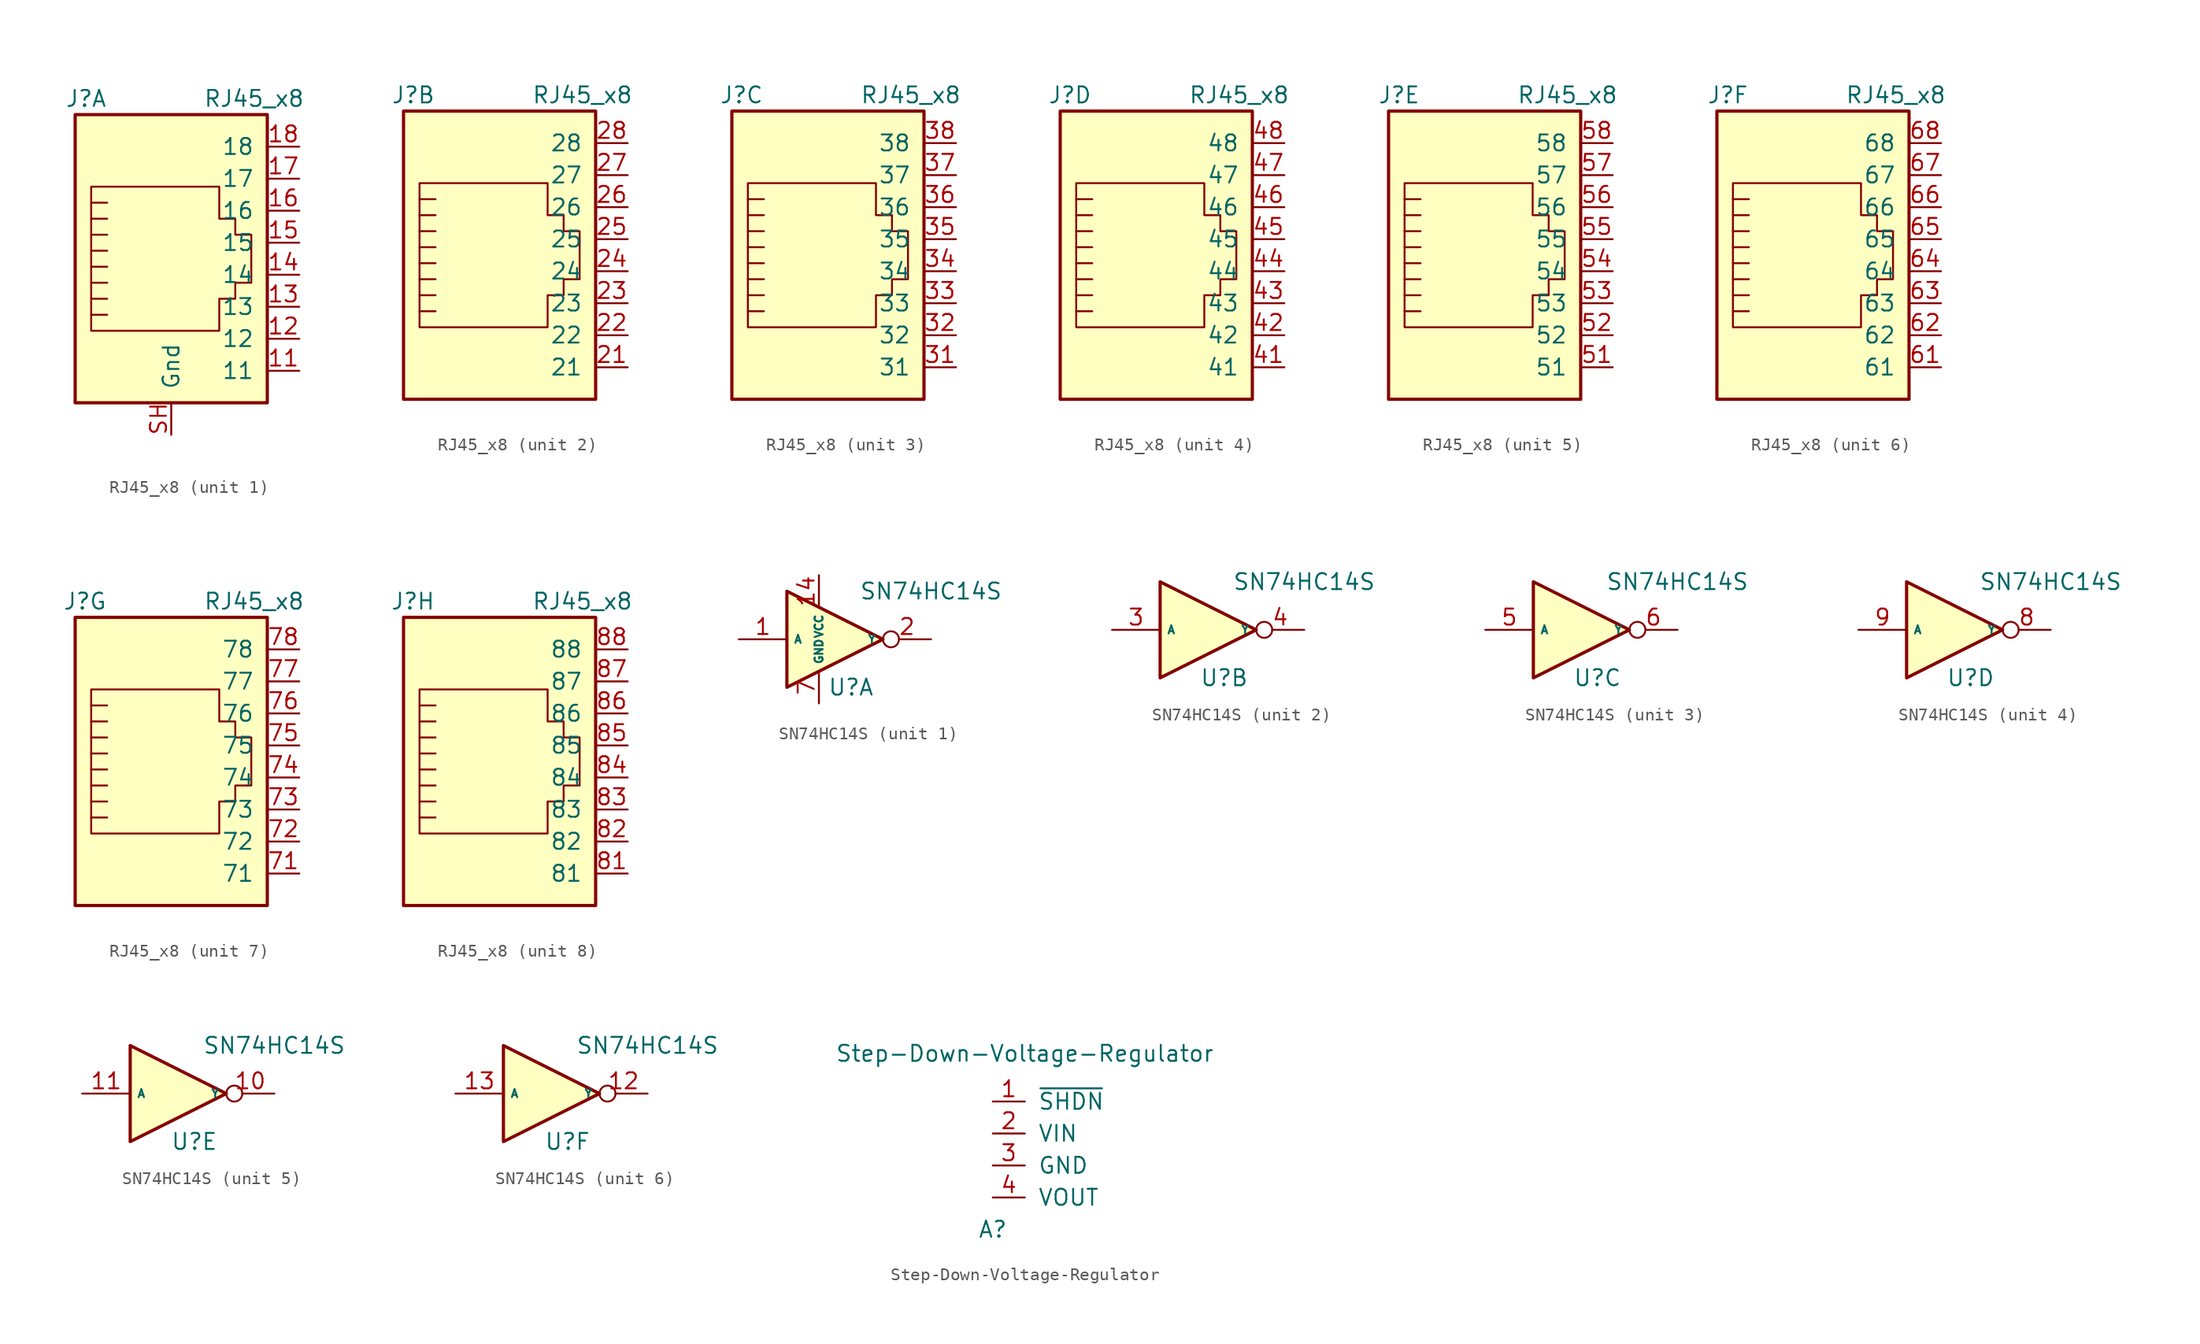
<source format=kicad_sym>
(kicad_symbol_lib
  (version 20220914)
  (generator kicad_symbol_editor)
  (symbol "RJ45_x8"
    (pin_names
      (offset 1.016))
    (property "Reference" "J"
      (at -5.08 13.97 0)
      (effects (font (size 1.27 1.27)) (justify right)))
    (property "Value" "RJ45_x8"
      (at 2.54 13.97 0)
      (effects (font (size 1.27 1.27)) (justify left)))
    (symbol "RJ45_x8_0_1"
      (polyline (pts (xy -5.08 4.445) (xy -6.35 4.445)) (stroke (width 0) (type solid)) (fill (type none)))
      (polyline (pts (xy -5.08 5.715) (xy -6.35 5.715)) (stroke (width 0) (type solid)) (fill (type none)))
      (polyline (pts (xy -6.35 -3.175) (xy -5.08 -3.175) (xy -5.08 -3.175)) (stroke (width 0) (type solid)) (fill (type none)))
      (polyline (pts (xy -6.35 -1.905) (xy -5.08 -1.905) (xy -5.08 -1.905)) (stroke (width 0) (type solid)) (fill (type none)))
      (polyline (pts (xy -6.35 -0.635) (xy -5.08 -0.635) (xy -5.08 -0.635)) (stroke (width 0) (type solid)) (fill (type none)))
      (polyline (pts (xy -6.35 0.635) (xy -5.08 0.635) (xy -5.08 0.635)) (stroke (width 0) (type solid)) (fill (type none)))
      (polyline (pts (xy -6.35 1.905) (xy -5.08 1.905) (xy -5.08 1.905)) (stroke (width 0) (type solid)) (fill (type none)))
      (polyline (pts (xy -5.08 3.175) (xy -6.35 3.175) (xy -6.35 3.175)) (stroke (width 0) (type solid)) (fill (type none)))
      (polyline (pts (xy -6.35 -4.445) (xy -6.35 6.985) (xy 3.81 6.985) (xy 3.81 4.445) (xy 5.08 4.445) (xy 5.08 3.175) (xy 6.35 3.175) (xy 6.35 -0.635) (xy 5.08 -0.635) (xy 5.08 -1.905) (xy 3.81 -1.905) (xy 3.81 -4.445) (xy -6.35 -4.445) (xy -6.35 -4.445)) (stroke (width 0) (type solid)) (fill (type none)))
      (rectangle (start 7.62 12.7) (end -7.62 -10.16) (stroke (width 0.254) (type solid)) (fill (type background))))
    (symbol "RJ45_x8_1_1"
      (pin passive line (at 10.16 -7.62 180) (length 2.54) (name "11" (effects (font (size 1.27 1.27)))) (number "11" (effects (font (size 1.27 1.27)))))
      (pin passive line (at 10.16 -5.08 180) (length 2.54) (name "12" (effects (font (size 1.27 1.27)))) (number "12" (effects (font (size 1.27 1.27)))))
      (pin passive line (at 10.16 -2.54 180) (length 2.54) (name "13" (effects (font (size 1.27 1.27)))) (number "13" (effects (font (size 1.27 1.27)))))
      (pin passive line (at 10.16 0 180) (length 2.54) (name "14" (effects (font (size 1.27 1.27)))) (number "14" (effects (font (size 1.27 1.27)))))
      (pin passive line (at 10.16 2.54 180) (length 2.54) (name "15" (effects (font (size 1.27 1.27)))) (number "15" (effects (font (size 1.27 1.27)))))
      (pin passive line (at 10.16 5.08 180) (length 2.54) (name "16" (effects (font (size 1.27 1.27)))) (number "16" (effects (font (size 1.27 1.27)))))
      (pin passive line (at 10.16 7.62 180) (length 2.54) (name "17" (effects (font (size 1.27 1.27)))) (number "17" (effects (font (size 1.27 1.27)))))
      (pin passive line (at 10.16 10.16 180) (length 2.54) (name "18" (effects (font (size 1.27 1.27)))) (number "18" (effects (font (size 1.27 1.27)))))
      (pin input line (at 0 -12.7 90) (length 2.54) (name "Gnd" (effects (font (size 1.27 1.27)))) (number "SH" (effects (font (size 1.27 1.27))))))
    (symbol "RJ45_x8_2_1"
      (pin passive line (at 10.16 -7.62 180) (length 2.54) (name "21" (effects (font (size 1.27 1.27)))) (number "21" (effects (font (size 1.27 1.27)))))
      (pin passive line (at 10.16 -5.08 180) (length 2.54) (name "22" (effects (font (size 1.27 1.27)))) (number "22" (effects (font (size 1.27 1.27)))))
      (pin passive line (at 10.16 -2.54 180) (length 2.54) (name "23" (effects (font (size 1.27 1.27)))) (number "23" (effects (font (size 1.27 1.27)))))
      (pin passive line (at 10.16 0 180) (length 2.54) (name "24" (effects (font (size 1.27 1.27)))) (number "24" (effects (font (size 1.27 1.27)))))
      (pin passive line (at 10.16 2.54 180) (length 2.54) (name "25" (effects (font (size 1.27 1.27)))) (number "25" (effects (font (size 1.27 1.27)))))
      (pin passive line (at 10.16 5.08 180) (length 2.54) (name "26" (effects (font (size 1.27 1.27)))) (number "26" (effects (font (size 1.27 1.27)))))
      (pin passive line (at 10.16 7.62 180) (length 2.54) (name "27" (effects (font (size 1.27 1.27)))) (number "27" (effects (font (size 1.27 1.27)))))
      (pin passive line (at 10.16 10.16 180) (length 2.54) (name "28" (effects (font (size 1.27 1.27)))) (number "28" (effects (font (size 1.27 1.27))))))
    (symbol "RJ45_x8_3_1"
      (pin passive line (at 10.16 -7.62 180) (length 2.54) (name "31" (effects (font (size 1.27 1.27)))) (number "31" (effects (font (size 1.27 1.27)))))
      (pin passive line (at 10.16 -5.08 180) (length 2.54) (name "32" (effects (font (size 1.27 1.27)))) (number "32" (effects (font (size 1.27 1.27)))))
      (pin passive line (at 10.16 -2.54 180) (length 2.54) (name "33" (effects (font (size 1.27 1.27)))) (number "33" (effects (font (size 1.27 1.27)))))
      (pin passive line (at 10.16 0 180) (length 2.54) (name "34" (effects (font (size 1.27 1.27)))) (number "34" (effects (font (size 1.27 1.27)))))
      (pin passive line (at 10.16 2.54 180) (length 2.54) (name "35" (effects (font (size 1.27 1.27)))) (number "35" (effects (font (size 1.27 1.27)))))
      (pin passive line (at 10.16 5.08 180) (length 2.54) (name "36" (effects (font (size 1.27 1.27)))) (number "36" (effects (font (size 1.27 1.27)))))
      (pin passive line (at 10.16 7.62 180) (length 2.54) (name "37" (effects (font (size 1.27 1.27)))) (number "37" (effects (font (size 1.27 1.27)))))
      (pin passive line (at 10.16 10.16 180) (length 2.54) (name "38" (effects (font (size 1.27 1.27)))) (number "38" (effects (font (size 1.27 1.27))))))
    (symbol "RJ45_x8_4_1"
      (pin passive line (at 10.16 -7.62 180) (length 2.54) (name "41" (effects (font (size 1.27 1.27)))) (number "41" (effects (font (size 1.27 1.27)))))
      (pin passive line (at 10.16 -5.08 180) (length 2.54) (name "42" (effects (font (size 1.27 1.27)))) (number "42" (effects (font (size 1.27 1.27)))))
      (pin passive line (at 10.16 -2.54 180) (length 2.54) (name "43" (effects (font (size 1.27 1.27)))) (number "43" (effects (font (size 1.27 1.27)))))
      (pin passive line (at 10.16 0 180) (length 2.54) (name "44" (effects (font (size 1.27 1.27)))) (number "44" (effects (font (size 1.27 1.27)))))
      (pin passive line (at 10.16 2.54 180) (length 2.54) (name "45" (effects (font (size 1.27 1.27)))) (number "45" (effects (font (size 1.27 1.27)))))
      (pin passive line (at 10.16 5.08 180) (length 2.54) (name "46" (effects (font (size 1.27 1.27)))) (number "46" (effects (font (size 1.27 1.27)))))
      (pin passive line (at 10.16 7.62 180) (length 2.54) (name "47" (effects (font (size 1.27 1.27)))) (number "47" (effects (font (size 1.27 1.27)))))
      (pin passive line (at 10.16 10.16 180) (length 2.54) (name "48" (effects (font (size 1.27 1.27)))) (number "48" (effects (font (size 1.27 1.27))))))
    (symbol "RJ45_x8_5_1"
      (pin passive line (at 10.16 -7.62 180) (length 2.54) (name "51" (effects (font (size 1.27 1.27)))) (number "51" (effects (font (size 1.27 1.27)))))
      (pin passive line (at 10.16 -5.08 180) (length 2.54) (name "52" (effects (font (size 1.27 1.27)))) (number "52" (effects (font (size 1.27 1.27)))))
      (pin passive line (at 10.16 -2.54 180) (length 2.54) (name "53" (effects (font (size 1.27 1.27)))) (number "53" (effects (font (size 1.27 1.27)))))
      (pin passive line (at 10.16 0 180) (length 2.54) (name "54" (effects (font (size 1.27 1.27)))) (number "54" (effects (font (size 1.27 1.27)))))
      (pin passive line (at 10.16 2.54 180) (length 2.54) (name "55" (effects (font (size 1.27 1.27)))) (number "55" (effects (font (size 1.27 1.27)))))
      (pin passive line (at 10.16 5.08 180) (length 2.54) (name "56" (effects (font (size 1.27 1.27)))) (number "56" (effects (font (size 1.27 1.27)))))
      (pin passive line (at 10.16 7.62 180) (length 2.54) (name "57" (effects (font (size 1.27 1.27)))) (number "57" (effects (font (size 1.27 1.27)))))
      (pin passive line (at 10.16 10.16 180) (length 2.54) (name "58" (effects (font (size 1.27 1.27)))) (number "58" (effects (font (size 1.27 1.27))))))
    (symbol "RJ45_x8_6_1"
      (pin passive line (at 10.16 -7.62 180) (length 2.54) (name "61" (effects (font (size 1.27 1.27)))) (number "61" (effects (font (size 1.27 1.27)))))
      (pin passive line (at 10.16 -5.08 180) (length 2.54) (name "62" (effects (font (size 1.27 1.27)))) (number "62" (effects (font (size 1.27 1.27)))))
      (pin passive line (at 10.16 -2.54 180) (length 2.54) (name "63" (effects (font (size 1.27 1.27)))) (number "63" (effects (font (size 1.27 1.27)))))
      (pin passive line (at 10.16 0 180) (length 2.54) (name "64" (effects (font (size 1.27 1.27)))) (number "64" (effects (font (size 1.27 1.27)))))
      (pin passive line (at 10.16 2.54 180) (length 2.54) (name "65" (effects (font (size 1.27 1.27)))) (number "65" (effects (font (size 1.27 1.27)))))
      (pin passive line (at 10.16 5.08 180) (length 2.54) (name "66" (effects (font (size 1.27 1.27)))) (number "66" (effects (font (size 1.27 1.27)))))
      (pin passive line (at 10.16 7.62 180) (length 2.54) (name "67" (effects (font (size 1.27 1.27)))) (number "67" (effects (font (size 1.27 1.27)))))
      (pin passive line (at 10.16 10.16 180) (length 2.54) (name "68" (effects (font (size 1.27 1.27)))) (number "68" (effects (font (size 1.27 1.27))))))
    (symbol "RJ45_x8_7_1"
      (pin passive line (at 10.16 -7.62 180) (length 2.54) (name "71" (effects (font (size 1.27 1.27)))) (number "71" (effects (font (size 1.27 1.27)))))
      (pin passive line (at 10.16 -5.08 180) (length 2.54) (name "72" (effects (font (size 1.27 1.27)))) (number "72" (effects (font (size 1.27 1.27)))))
      (pin passive line (at 10.16 -2.54 180) (length 2.54) (name "73" (effects (font (size 1.27 1.27)))) (number "73" (effects (font (size 1.27 1.27)))))
      (pin passive line (at 10.16 0 180) (length 2.54) (name "74" (effects (font (size 1.27 1.27)))) (number "74" (effects (font (size 1.27 1.27)))))
      (pin passive line (at 10.16 2.54 180) (length 2.54) (name "75" (effects (font (size 1.27 1.27)))) (number "75" (effects (font (size 1.27 1.27)))))
      (pin passive line (at 10.16 5.08 180) (length 2.54) (name "76" (effects (font (size 1.27 1.27)))) (number "76" (effects (font (size 1.27 1.27)))))
      (pin passive line (at 10.16 7.62 180) (length 2.54) (name "77" (effects (font (size 1.27 1.27)))) (number "77" (effects (font (size 1.27 1.27)))))
      (pin passive line (at 10.16 10.16 180) (length 2.54) (name "78" (effects (font (size 1.27 1.27)))) (number "78" (effects (font (size 1.27 1.27))))))
    (symbol "RJ45_x8_8_1"
      (pin passive line (at 10.16 -7.62 180) (length 2.54) (name "81" (effects (font (size 1.27 1.27)))) (number "81" (effects (font (size 1.27 1.27)))))
      (pin passive line (at 10.16 -5.08 180) (length 2.54) (name "82" (effects (font (size 1.27 1.27)))) (number "82" (effects (font (size 1.27 1.27)))))
      (pin passive line (at 10.16 -2.54 180) (length 2.54) (name "83" (effects (font (size 1.27 1.27)))) (number "83" (effects (font (size 1.27 1.27)))))
      (pin passive line (at 10.16 0 180) (length 2.54) (name "84" (effects (font (size 1.27 1.27)))) (number "84" (effects (font (size 1.27 1.27)))))
      (pin passive line (at 10.16 2.54 180) (length 2.54) (name "85" (effects (font (size 1.27 1.27)))) (number "85" (effects (font (size 1.27 1.27)))))
      (pin passive line (at 10.16 5.08 180) (length 2.54) (name "86" (effects (font (size 1.27 1.27)))) (number "86" (effects (font (size 1.27 1.27)))))
      (pin passive line (at 10.16 7.62 180) (length 2.54) (name "87" (effects (font (size 1.27 1.27)))) (number "87" (effects (font (size 1.27 1.27)))))
      (pin passive line (at 10.16 10.16 180) (length 2.54) (name "88" (effects (font (size 1.27 1.27)))) (number "88" (effects (font (size 1.27 1.27)))))))
  (symbol "SN74HC14S"
    (property "Reference" "U"
      (at 1.27 -3.81 0)
      (effects (font (size 1.27 1.27))))
    (property "Value" "SN74HC14S"
      (at 7.62 3.81 0)
      (effects (font (size 1.27 1.27))))
    (property "ki_locked" ""
      (at 0 0 0)
      (effects (font (size 1.27 1.27))))
    (symbol "SN74HC14S_1_0"
      (polyline (pts (xy -3.81 3.81) (xy -3.81 -3.81) (xy 3.81 0) (xy -3.81 3.81)) (stroke (width 0.254) (type solid)) (fill (type background)))
      (pin input line (at -7.62 0 0) (length 3.81) (name "A" (effects (font (size 0.635 0.635)))) (number "1" (effects (font (size 1.27 1.27)))))
      (pin output inverted (at 7.62 0 180) (length 3.81) (name "Y" (effects (font (size 0.635 0.635)))) (number "2" (effects (font (size 1.27 1.27))))))
    (symbol "SN74HC14S_1_1"
      (pin power_in line (at -1.27 5.08 270) (length 2.54) (name "VCC" (effects (font (size 0.635 0.635)))) (number "14" (effects (font (size 1.27 1.27)))))
      (pin power_in line (at -1.27 -5.08 90) (length 2.54) (name "GND" (effects (font (size 0.635 0.635)))) (number "7" (effects (font (size 1.27 1.27))))))
    (symbol "SN74HC14S_2_0"
      (polyline (pts (xy -3.81 3.81) (xy -3.81 -3.81) (xy 3.81 0) (xy -3.81 3.81)) (stroke (width 0.254) (type solid)) (fill (type background)))
      (pin input line (at -7.62 0 0) (length 3.81) (name "A" (effects (font (size 0.635 0.635)))) (number "3" (effects (font (size 1.27 1.27)))))
      (pin output inverted (at 7.62 0 180) (length 3.81) (name "Y" (effects (font (size 0.635 0.635)))) (number "4" (effects (font (size 1.27 1.27))))))
    (symbol "SN74HC14S_3_0"
      (polyline (pts (xy -3.81 3.81) (xy -3.81 -3.81) (xy 3.81 0) (xy -3.81 3.81)) (stroke (width 0.254) (type solid)) (fill (type background)))
      (pin input line (at -7.62 0 0) (length 3.81) (name "A" (effects (font (size 0.635 0.635)))) (number "5" (effects (font (size 1.27 1.27)))))
      (pin output inverted (at 7.62 0 180) (length 3.81) (name "Y" (effects (font (size 0.635 0.635)))) (number "6" (effects (font (size 1.27 1.27))))))
    (symbol "SN74HC14S_4_0"
      (polyline (pts (xy -3.81 3.81) (xy -3.81 -3.81) (xy 3.81 0) (xy -3.81 3.81)) (stroke (width 0.254) (type solid)) (fill (type background)))
      (pin output inverted (at 7.62 0 180) (length 3.81) (name "Y" (effects (font (size 0.635 0.635)))) (number "8" (effects (font (size 1.27 1.27)))))
      (pin input line (at -7.62 0 0) (length 3.81) (name "A" (effects (font (size 0.635 0.635)))) (number "9" (effects (font (size 1.27 1.27))))))
    (symbol "SN74HC14S_5_0"
      (polyline (pts (xy -3.81 3.81) (xy -3.81 -3.81) (xy 3.81 0) (xy -3.81 3.81)) (stroke (width 0.254) (type solid)) (fill (type background)))
      (pin output inverted (at 7.62 0 180) (length 3.81) (name "Y" (effects (font (size 0.635 0.635)))) (number "10" (effects (font (size 1.27 1.27)))))
      (pin input line (at -7.62 0 0) (length 3.81) (name "A" (effects (font (size 0.635 0.635)))) (number "11" (effects (font (size 1.27 1.27))))))
    (symbol "SN74HC14S_6_0"
      (polyline (pts (xy -3.81 3.81) (xy -3.81 -3.81) (xy 3.81 0) (xy -3.81 3.81)) (stroke (width 0.254) (type solid)) (fill (type background)))
      (pin output inverted (at 7.62 0 180) (length 3.81) (name "Y" (effects (font (size 0.635 0.635)))) (number "12" (effects (font (size 1.27 1.27)))))
      (pin input line (at -7.62 0 0) (length 3.81) (name "A" (effects (font (size 0.635 0.635)))) (number "13" (effects (font (size 1.27 1.27)))))))
  (symbol "Step-Down-Voltage-Regulator"
    (pin_names
      (offset 1.016))
    (property "Reference" "A"
      (at 0 -10.16 0)
      (effects (font (size 1.27 1.27))))
    (property "Value" "Step-Down-Voltage-Regulator"
      (at 2.54 3.81 0)
      (effects (font (size 1.27 1.27))))
    (symbol "Step-Down-Voltage-Regulator_1_1"
      (pin input line (at 0 0 0) (length 2.54) (name "~{SHDN}" (effects (font (size 1.27 1.27)))) (number "1" (effects (font (size 1.27 1.27)))))
      (pin input line (at 0 -2.54 0) (length 2.54) (name "VIN" (effects (font (size 1.27 1.27)))) (number "2" (effects (font (size 1.27 1.27)))))
      (pin input line (at 0 -5.08 0) (length 2.54) (name "GND" (effects (font (size 1.27 1.27)))) (number "3" (effects (font (size 1.27 1.27)))))
      (pin output line (at 0 -7.62 0) (length 2.54) (name "VOUT" (effects (font (size 1.27 1.27)))) (number "4" (effects (font (size 1.27 1.27))))))))
</source>
